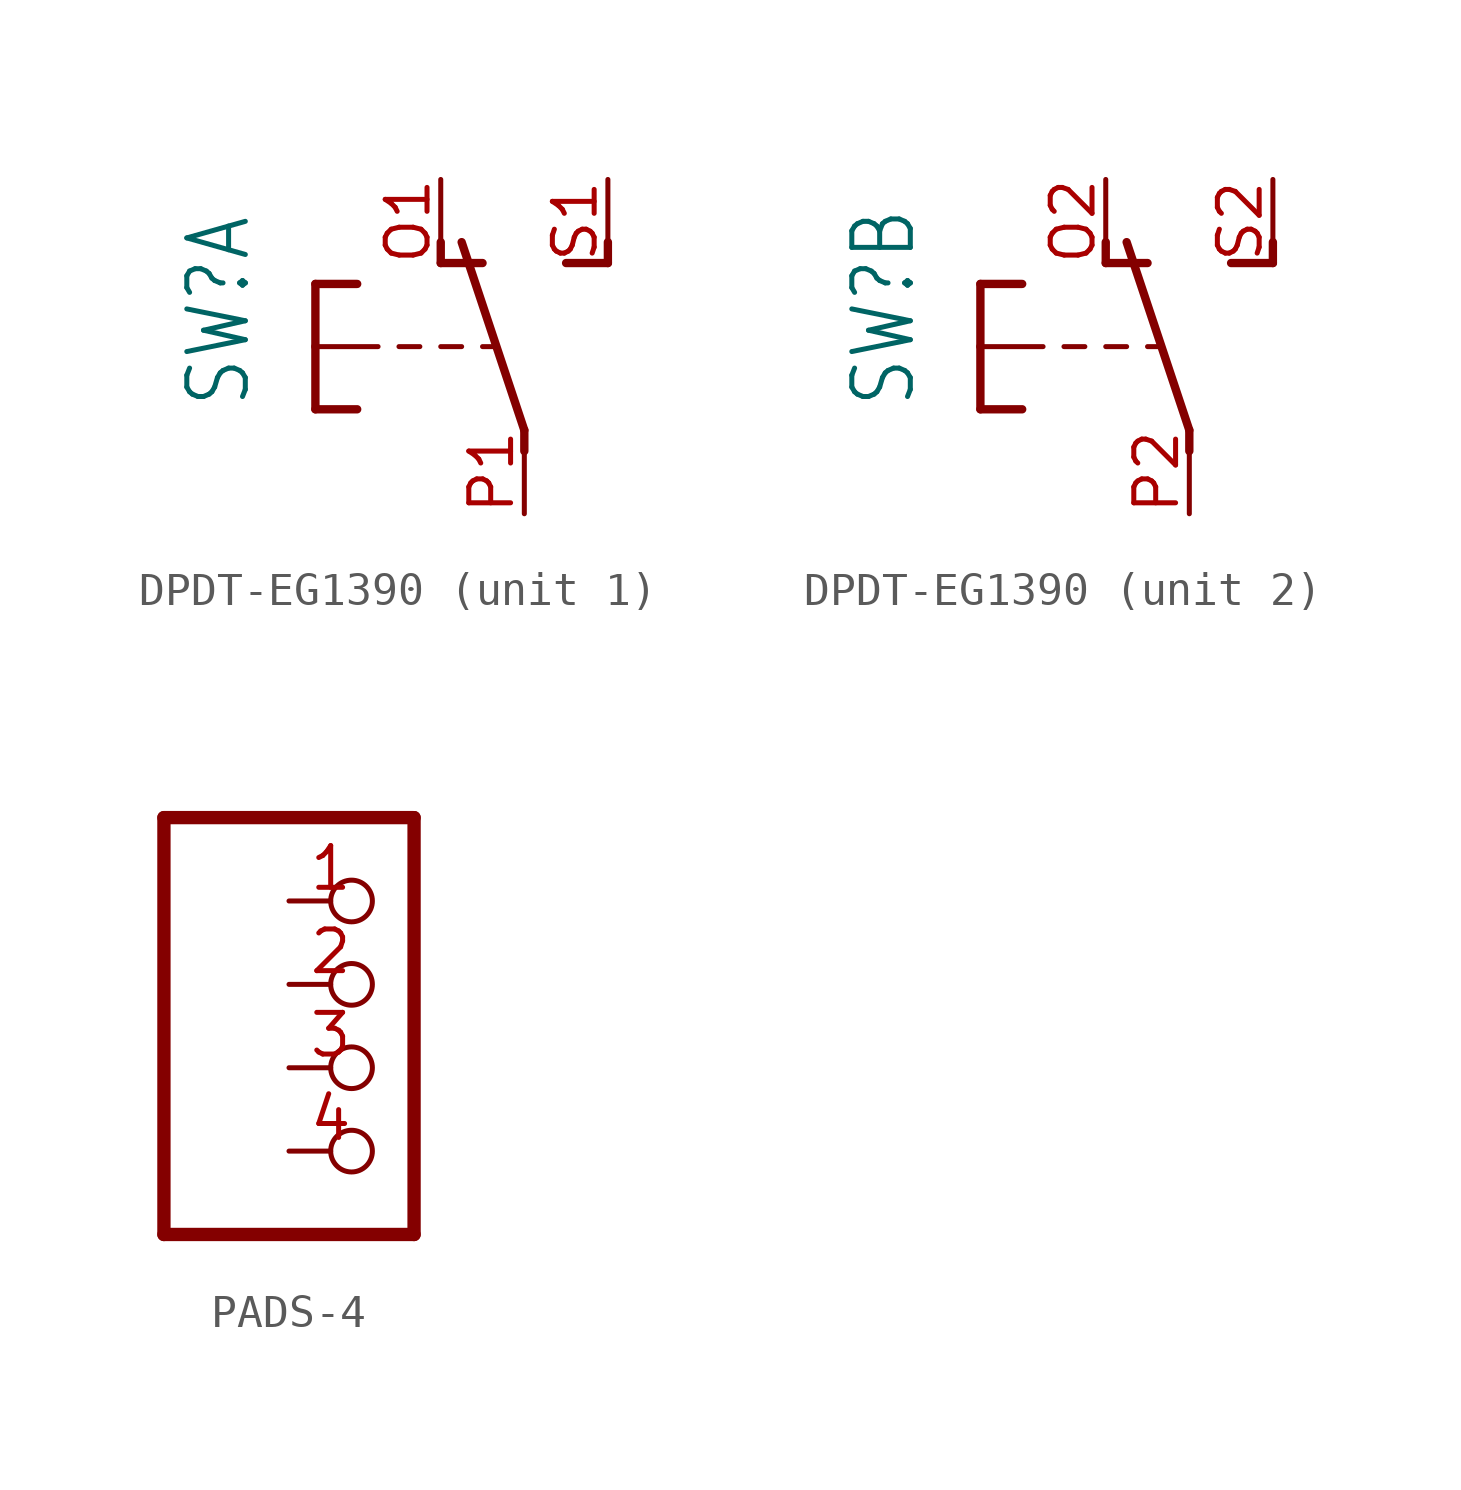
<source format=kicad_sym>
(kicad_symbol_lib
  (version 20231120)
  (generator "kicad_symbol_editor")
  (generator_version "8.0")
  (symbol "DPDT-EG1390"
    (property "Reference" "SW"
      (at -8.255 -1.905 90)
      (effects (font (size 1.778 1.511)) (justify left bottom)))
    (property "Value" ""
      (at -5.715 2.54 90)
      (effects (font (size 1.778 1.511)) (justify left bottom)))
    (property "ki_locked" ""
      (at 0 0 0)
      (effects (font (size 1.27 1.27))))
    (symbol "DPDT-EG1390_1_0"
      (polyline (pts (xy -6.35 -1.905) (xy -5.08 -1.905)) (stroke (width 0.254) (type solid)) (fill (type none)))
      (polyline (pts (xy -6.35 0) (xy -6.35 -1.905)) (stroke (width 0.254) (type solid)) (fill (type none)))
      (polyline (pts (xy -6.35 0) (xy -4.445 0)) (stroke (width 0.152) (type solid)) (fill (type none)))
      (polyline (pts (xy -6.35 1.905) (xy -6.35 0)) (stroke (width 0.254) (type solid)) (fill (type none)))
      (polyline (pts (xy -6.35 1.905) (xy -5.08 1.905)) (stroke (width 0.254) (type solid)) (fill (type none)))
      (polyline (pts (xy -3.175 0) (xy -3.81 0)) (stroke (width 0.152) (type solid)) (fill (type none)))
      (polyline (pts (xy -2.54 2.54) (xy -2.54 3.175)) (stroke (width 0.254) (type solid)) (fill (type none)))
      (polyline (pts (xy -2.54 2.54) (xy -1.27 2.54)) (stroke (width 0.254) (type solid)) (fill (type none)))
      (polyline (pts (xy -1.905 0) (xy -2.54 0)) (stroke (width 0.152) (type solid)) (fill (type none)))
      (polyline (pts (xy -0.889 0) (xy -1.27 0)) (stroke (width 0.152) (type solid)) (fill (type none)))
      (polyline (pts (xy 0 -3.175) (xy 0 -2.54)) (stroke (width 0.254) (type solid)) (fill (type none)))
      (polyline (pts (xy 0 -2.54) (xy -1.905 3.175)) (stroke (width 0.254) (type solid)) (fill (type none)))
      (polyline (pts (xy 1.27 2.54) (xy 2.54 2.54)) (stroke (width 0.254) (type solid)) (fill (type none)))
      (polyline (pts (xy 2.54 2.54) (xy 2.54 3.175)) (stroke (width 0.254) (type solid)) (fill (type none)))
      (pin passive line (at -2.54 5.08 270) (length 2.54) (name "O" (effects (font (size 0 0)))) (number "O1" (effects (font (size 1.27 1.27)))))
      (pin passive line (at 0 -5.08 90) (length 2.54) (name "P" (effects (font (size 0 0)))) (number "P1" (effects (font (size 1.27 1.27)))))
      (pin passive line (at 2.54 5.08 270) (length 2.54) (name "S" (effects (font (size 0 0)))) (number "S1" (effects (font (size 1.27 1.27))))))
    (symbol "DPDT-EG1390_2_0"
      (polyline (pts (xy -6.35 -1.905) (xy -5.08 -1.905)) (stroke (width 0.254) (type solid)) (fill (type none)))
      (polyline (pts (xy -6.35 0) (xy -6.35 -1.905)) (stroke (width 0.254) (type solid)) (fill (type none)))
      (polyline (pts (xy -6.35 0) (xy -4.445 0)) (stroke (width 0.152) (type solid)) (fill (type none)))
      (polyline (pts (xy -6.35 1.905) (xy -6.35 0)) (stroke (width 0.254) (type solid)) (fill (type none)))
      (polyline (pts (xy -6.35 1.905) (xy -5.08 1.905)) (stroke (width 0.254) (type solid)) (fill (type none)))
      (polyline (pts (xy -3.175 0) (xy -3.81 0)) (stroke (width 0.152) (type solid)) (fill (type none)))
      (polyline (pts (xy -2.54 2.54) (xy -2.54 3.175)) (stroke (width 0.254) (type solid)) (fill (type none)))
      (polyline (pts (xy -2.54 2.54) (xy -1.27 2.54)) (stroke (width 0.254) (type solid)) (fill (type none)))
      (polyline (pts (xy -1.905 0) (xy -2.54 0)) (stroke (width 0.152) (type solid)) (fill (type none)))
      (polyline (pts (xy -0.889 0) (xy -1.27 0)) (stroke (width 0.152) (type solid)) (fill (type none)))
      (polyline (pts (xy 0 -3.175) (xy 0 -2.54)) (stroke (width 0.254) (type solid)) (fill (type none)))
      (polyline (pts (xy 0 -2.54) (xy -1.905 3.175)) (stroke (width 0.254) (type solid)) (fill (type none)))
      (polyline (pts (xy 1.27 2.54) (xy 2.54 2.54)) (stroke (width 0.254) (type solid)) (fill (type none)))
      (polyline (pts (xy 2.54 2.54) (xy 2.54 3.175)) (stroke (width 0.254) (type solid)) (fill (type none)))
      (pin passive line (at -2.54 5.08 270) (length 2.54) (name "O" (effects (font (size 0 0)))) (number "O2" (effects (font (size 1.27 1.27)))))
      (pin passive line (at 0 -5.08 90) (length 2.54) (name "P" (effects (font (size 0 0)))) (number "P2" (effects (font (size 1.27 1.27)))))
      (pin passive line (at 2.54 5.08 270) (length 2.54) (name "S" (effects (font (size 0 0)))) (number "S2" (effects (font (size 1.27 1.27)))))))
  (symbol "PADS-4"
    (property "Reference" "JP"
      (at 0 0 0)
      (effects (font (size 1.27 1.27)) (hide yes)))
    (property "ki_locked" ""
      (at 0 0 0)
      (effects (font (size 1.27 1.27))))
    (symbol "PADS-4_1_0"
      (polyline (pts (xy -5.08 -6.35) (xy 2.54 -6.35)) (stroke (width 0.406) (type solid)) (fill (type none)))
      (polyline (pts (xy -5.08 6.35) (xy -5.08 -6.35)) (stroke (width 0.406) (type solid)) (fill (type none)))
      (polyline (pts (xy 2.54 -6.35) (xy 2.54 6.35)) (stroke (width 0.406) (type solid)) (fill (type none)))
      (polyline (pts (xy 2.54 6.35) (xy -5.08 6.35)) (stroke (width 0.406) (type solid)) (fill (type none)))
      (pin passive inverted (at -1.27 3.81 0) (length 2.54) (name "1" (effects (font (size 0 0)))) (number "1" (effects (font (size 1.27 1.27)))))
      (pin passive inverted (at -1.27 1.27 0) (length 2.54) (name "2" (effects (font (size 0 0)))) (number "2" (effects (font (size 1.27 1.27)))))
      (pin passive inverted (at -1.27 -1.27 0) (length 2.54) (name "3" (effects (font (size 0 0)))) (number "3" (effects (font (size 1.27 1.27)))))
      (pin passive inverted (at -1.27 -3.81 0) (length 2.54) (name "4" (effects (font (size 0 0)))) (number "4" (effects (font (size 1.27 1.27))))))))
</source>
